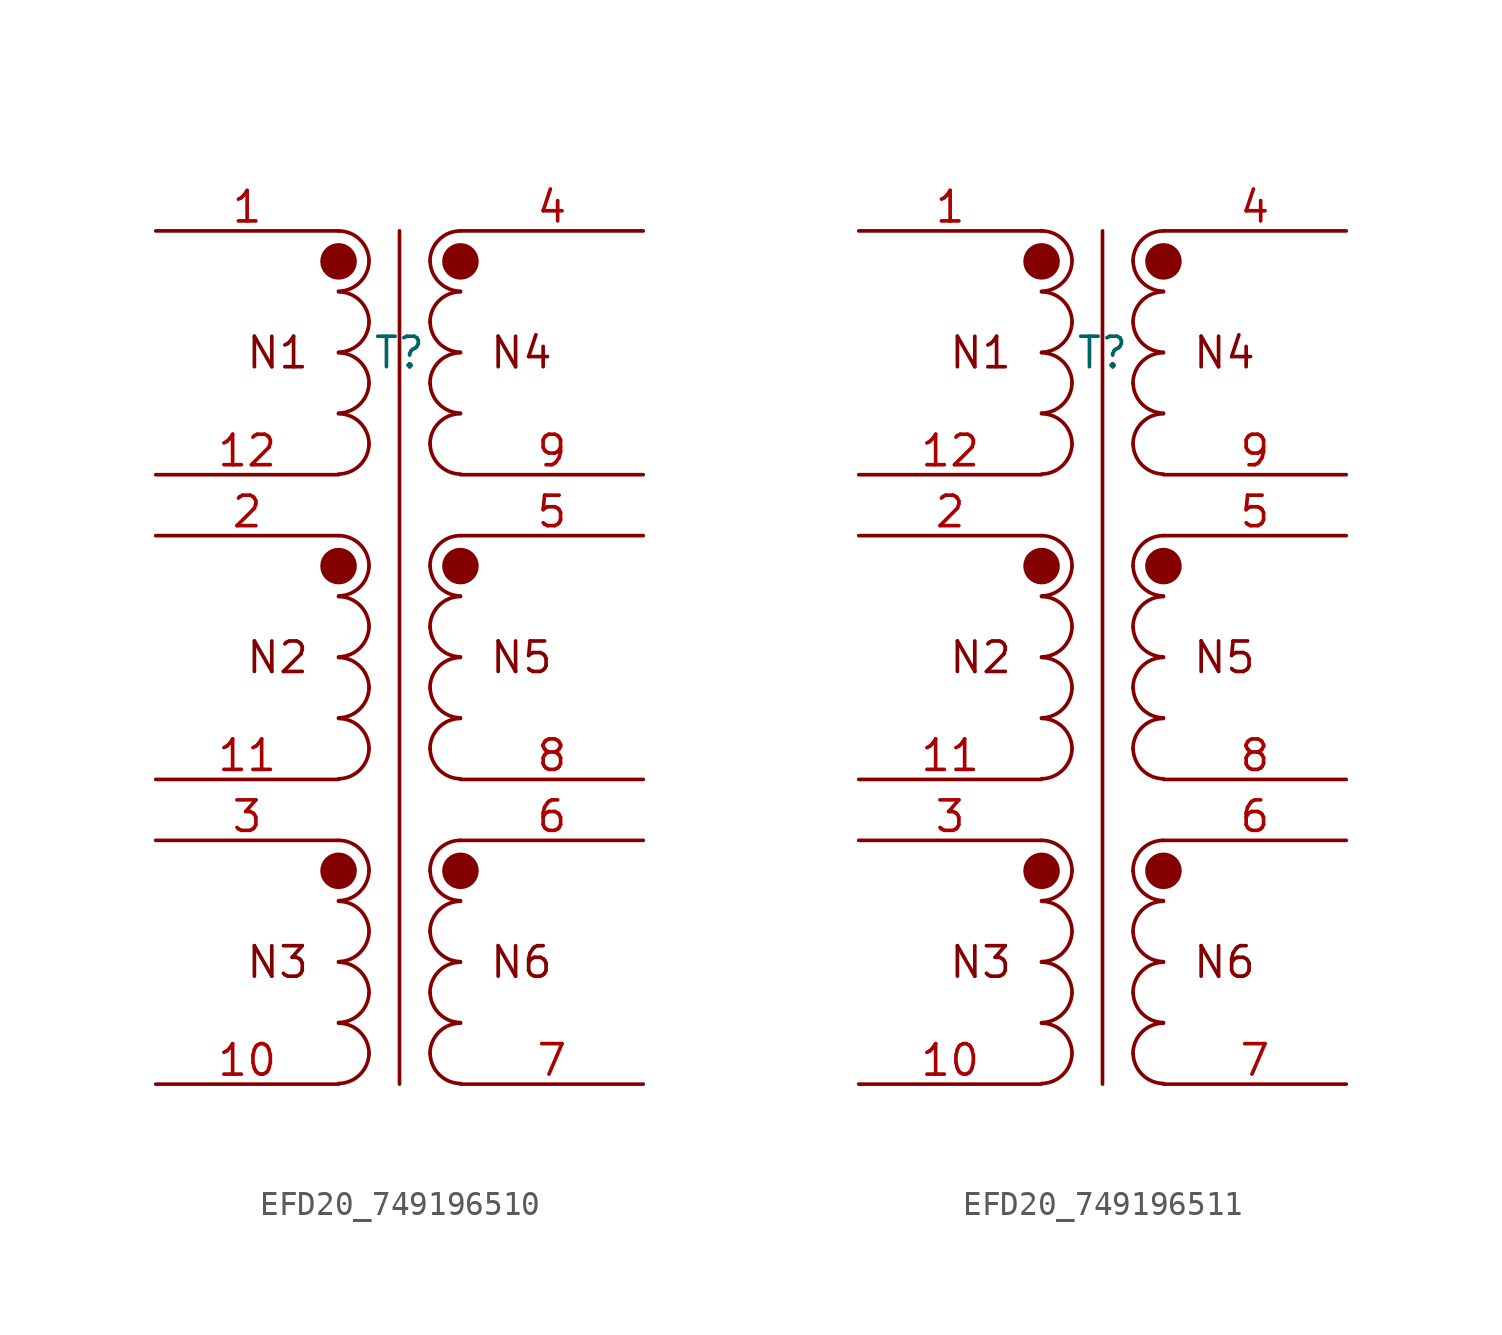
<source format=kicad_sym>
(kicad_symbol_lib
  (version 20220914)
  (generator kicad_symbol_editor)
  (symbol "EFD20_749196510"
    (pin_names hide)
    (property "Reference" "T"
      (at 0 12.7 0)
      (effects (font (size 1.27 1.27))))
    (property "Critical Parameter" ""
      (at 0 -5.08 0)
      (effects (font (size 1.27 1.27)) (justify left)))
    (symbol "EFD20_749196510_0_1"
      (arc (start -2.54 -17.7546) (mid -1.6561 -17.3863) (end -1.27 -16.51) (stroke (width 0) (type default)) (fill (type none)))
      (arc (start -2.54 -15.2146) (mid -1.6561 -14.8463) (end -1.27 -13.97) (stroke (width 0) (type default)) (fill (type none)))
      (arc (start -2.54 -12.6746) (mid -1.6561 -12.3063) (end -1.27 -11.43) (stroke (width 0) (type default)) (fill (type none)))
      (arc (start -2.54 -10.1346) (mid -1.6561 -9.7663) (end -1.27 -8.89) (stroke (width 0) (type default)) (fill (type none)))
      (arc (start -2.54 -5.0546) (mid -1.6561 -4.6863) (end -1.27 -3.81) (stroke (width 0) (type default)) (fill (type none)))
      (arc (start -2.54 -2.5146) (mid -1.6561 -2.1463) (end -1.27 -1.27) (stroke (width 0) (type default)) (fill (type none)))
      (arc (start -2.54 0.0254) (mid -1.6561 0.3937) (end -1.27 1.27) (stroke (width 0) (type default)) (fill (type none)))
      (arc (start -2.54 2.5654) (mid -1.6561 2.9337) (end -1.27 3.81) (stroke (width 0) (type default)) (fill (type none)))
      (arc (start -2.54 7.6454) (mid -1.6561 8.0137) (end -1.27 8.89) (stroke (width 0) (type default)) (fill (type none)))
      (arc (start -2.54 10.1854) (mid -1.6561 10.5537) (end -1.27 11.43) (stroke (width 0) (type default)) (fill (type none)))
      (arc (start -2.54 12.7254) (mid -1.6561 13.0937) (end -1.27 13.97) (stroke (width 0) (type default)) (fill (type none)))
      (arc (start -2.54 15.2654) (mid -1.6561 15.6337) (end -1.27 16.51) (stroke (width 0) (type default)) (fill (type none)))
      (arc (start -1.27 -16.51) (mid -1.642 -15.612) (end -2.54 -15.24) (stroke (width 0) (type default)) (fill (type none)))
      (arc (start -1.27 -13.97) (mid -1.642 -13.072) (end -2.54 -12.7) (stroke (width 0) (type default)) (fill (type none)))
      (arc (start -1.27 -11.43) (mid -1.642 -10.532) (end -2.54 -10.16) (stroke (width 0) (type default)) (fill (type none)))
      (arc (start -1.27 -8.89) (mid -1.642 -7.992) (end -2.54 -7.62) (stroke (width 0) (type default)) (fill (type none)))
      (arc (start -1.27 -3.81) (mid -1.642 -2.912) (end -2.54 -2.54) (stroke (width 0) (type default)) (fill (type none)))
      (arc (start -1.27 -1.27) (mid -1.642 -0.372) (end -2.54 0) (stroke (width 0) (type default)) (fill (type none)))
      (arc (start -1.27 1.27) (mid -1.642 2.168) (end -2.54 2.54) (stroke (width 0) (type default)) (fill (type none)))
      (arc (start -1.27 3.81) (mid -1.642 4.708) (end -2.54 5.08) (stroke (width 0) (type default)) (fill (type none)))
      (arc (start -1.27 8.89) (mid -1.642 9.788) (end -2.54 10.16) (stroke (width 0) (type default)) (fill (type none)))
      (arc (start -1.27 11.43) (mid -1.642 12.328) (end -2.54 12.7) (stroke (width 0) (type default)) (fill (type none)))
      (arc (start -1.27 13.97) (mid -1.642 14.868) (end -2.54 15.24) (stroke (width 0) (type default)) (fill (type none)))
      (arc (start -1.27 16.51) (mid -1.642 17.408) (end -2.54 17.78) (stroke (width 0) (type default)) (fill (type none)))
      (polyline (pts (xy 0 -17.78) (xy 0 17.78)) (stroke (width 0) (type default)) (fill (type none)))
      (arc (start 1.27 -16.51) (mid 1.6561 -17.3863) (end 2.54 -17.7546) (stroke (width 0) (type default)) (fill (type none)))
      (arc (start 1.27 -13.97) (mid 1.6561 -14.8463) (end 2.54 -15.2146) (stroke (width 0) (type default)) (fill (type none)))
      (arc (start 1.27 -11.43) (mid 1.6561 -12.3063) (end 2.54 -12.6746) (stroke (width 0) (type default)) (fill (type none)))
      (arc (start 1.27 -8.89) (mid 1.6561 -9.7663) (end 2.54 -10.1346) (stroke (width 0) (type default)) (fill (type none)))
      (arc (start 1.27 -3.81) (mid 1.6561 -4.6863) (end 2.54 -5.0546) (stroke (width 0) (type default)) (fill (type none)))
      (arc (start 1.27 -1.27) (mid 1.6561 -2.1463) (end 2.54 -2.5146) (stroke (width 0) (type default)) (fill (type none)))
      (arc (start 1.27 1.27) (mid 1.6561 0.3937) (end 2.54 0.0254) (stroke (width 0) (type default)) (fill (type none)))
      (arc (start 1.27 3.81) (mid 1.6561 2.9337) (end 2.54 2.5654) (stroke (width 0) (type default)) (fill (type none)))
      (arc (start 1.27 8.89) (mid 1.6561 8.0137) (end 2.54 7.6454) (stroke (width 0) (type default)) (fill (type none)))
      (arc (start 1.27 11.43) (mid 1.6561 10.5537) (end 2.54 10.1854) (stroke (width 0) (type default)) (fill (type none)))
      (arc (start 1.27 13.97) (mid 1.6561 13.0937) (end 2.54 12.7254) (stroke (width 0) (type default)) (fill (type none)))
      (arc (start 1.27 16.51) (mid 1.6561 15.6337) (end 2.54 15.2654) (stroke (width 0) (type default)) (fill (type none)))
      (arc (start 2.54 -15.24) (mid 1.642 -15.612) (end 1.27 -16.51) (stroke (width 0) (type default)) (fill (type none)))
      (arc (start 2.54 -12.7) (mid 1.642 -13.072) (end 1.27 -13.97) (stroke (width 0) (type default)) (fill (type none)))
      (arc (start 2.54 -10.16) (mid 1.642 -10.532) (end 1.27 -11.43) (stroke (width 0) (type default)) (fill (type none)))
      (arc (start 2.54 -7.62) (mid 1.642 -7.992) (end 1.27 -8.89) (stroke (width 0) (type default)) (fill (type none)))
      (arc (start 2.54 -2.54) (mid 1.642 -2.912) (end 1.27 -3.81) (stroke (width 0) (type default)) (fill (type none)))
      (arc (start 2.54 0) (mid 1.642 -0.372) (end 1.27 -1.27) (stroke (width 0) (type default)) (fill (type none)))
      (arc (start 2.54 2.54) (mid 1.642 2.168) (end 1.27 1.27) (stroke (width 0) (type default)) (fill (type none)))
      (arc (start 2.54 5.08) (mid 1.642 4.708) (end 1.27 3.81) (stroke (width 0) (type default)) (fill (type none)))
      (arc (start 2.54 10.16) (mid 1.642 9.788) (end 1.27 8.89) (stroke (width 0) (type default)) (fill (type none)))
      (arc (start 2.54 12.7) (mid 1.642 12.328) (end 1.27 11.43) (stroke (width 0) (type default)) (fill (type none)))
      (arc (start 2.54 15.24) (mid 1.642 14.868) (end 1.27 13.97) (stroke (width 0) (type default)) (fill (type none)))
      (arc (start 2.54 17.78) (mid 1.642 17.408) (end 1.27 16.51) (stroke (width 0) (type default)) (fill (type none))))
    (symbol "EFD20_749196510_1_1"
      (circle (center -2.54 -8.89) (radius 0.0001) (stroke (width 0.762) (type default)) (fill (type none)))
      (circle (center -2.54 3.81) (radius 0.0001) (stroke (width 0.762) (type default)) (fill (type none)))
      (circle (center -2.54 16.51) (radius 0.0001) (stroke (width 0.762) (type default)) (fill (type none)))
      (circle (center 2.54 -8.89) (radius 0.0001) (stroke (width 0.762) (type default)) (fill (type none)))
      (circle (center 2.54 3.81) (radius 0.0001) (stroke (width 0.762) (type default)) (fill (type none)))
      (circle (center 2.54 16.51) (radius 0.0001) (stroke (width 0.762) (type default)) (fill (type none)))
      (text "N1" (at -5.08 12.7 0) (effects (font (size 1.27 1.27))))
      (text "N2" (at -5.08 0 0) (effects (font (size 1.27 1.27))))
      (text "N3" (at -5.08 -12.7 0) (effects (font (size 1.27 1.27))))
      (text "N4" (at 5.08 12.7 0) (effects (font (size 1.27 1.27))))
      (text "N5" (at 5.08 0 0) (effects (font (size 1.27 1.27))))
      (text "N6" (at 5.08 -12.7 0) (effects (font (size 1.27 1.27))))
      (pin passive line (at -10.16 17.78 0) (length 7.62) (name "1" (effects (font (size 1.27 1.27)))) (number "1" (effects (font (size 1.27 1.27)))))
      (pin passive line (at -10.16 7.62 0) (length 7.62) (name "12" (effects (font (size 1.27 1.27)))) (number "12" (effects (font (size 1.27 1.27)))))
      (pin passive line (at -10.16 5.08 0) (length 7.62) (name "2" (effects (font (size 1.27 1.27)))) (number "2" (effects (font (size 1.27 1.27)))))
      (pin passive line (at -10.16 -5.08 0) (length 7.62) (name "11" (effects (font (size 1.27 1.27)))) (number "11" (effects (font (size 1.27 1.27)))))
      (pin passive line (at -10.16 -7.62 0) (length 7.62) (name "3" (effects (font (size 1.27 1.27)))) (number "3" (effects (font (size 1.27 1.27)))))
      (pin passive line (at -10.16 -17.78 0) (length 7.62) (name "10" (effects (font (size 1.27 1.27)))) (number "10" (effects (font (size 1.27 1.27)))))
      (pin passive line (at 10.16 -17.78 180) (length 7.62) (name "7" (effects (font (size 1.27 1.27)))) (number "7" (effects (font (size 1.27 1.27)))))
      (pin passive line (at 10.16 -7.62 180) (length 7.62) (name "6" (effects (font (size 1.27 1.27)))) (number "6" (effects (font (size 1.27 1.27)))))
      (pin passive line (at 10.16 -5.08 180) (length 7.62) (name "8" (effects (font (size 1.27 1.27)))) (number "8" (effects (font (size 1.27 1.27)))))
      (pin passive line (at 10.16 5.08 180) (length 7.62) (name "5" (effects (font (size 1.27 1.27)))) (number "5" (effects (font (size 1.27 1.27)))))
      (pin passive line (at 10.16 7.62 180) (length 7.62) (name "9" (effects (font (size 1.27 1.27)))) (number "9" (effects (font (size 1.27 1.27)))))
      (pin passive line (at 10.16 17.78 180) (length 7.62) (name "4" (effects (font (size 1.27 1.27)))) (number "4" (effects (font (size 1.27 1.27)))))))
  (symbol "EFD20_749196511"
    (pin_names hide)
    (property "Reference" "T"
      (at 0 12.7 0)
      (effects (font (size 1.27 1.27))))
    (property "Critical Parameter" ""
      (at 0 -5.08 0)
      (effects (font (size 1.27 1.27)) (justify left)))
    (symbol "EFD20_749196511_0_1"
      (arc (start -2.54 -17.7546) (mid -1.6561 -17.3863) (end -1.27 -16.51) (stroke (width 0) (type default)) (fill (type none)))
      (arc (start -2.54 -15.2146) (mid -1.6561 -14.8463) (end -1.27 -13.97) (stroke (width 0) (type default)) (fill (type none)))
      (arc (start -2.54 -12.6746) (mid -1.6561 -12.3063) (end -1.27 -11.43) (stroke (width 0) (type default)) (fill (type none)))
      (arc (start -2.54 -10.1346) (mid -1.6561 -9.7663) (end -1.27 -8.89) (stroke (width 0) (type default)) (fill (type none)))
      (arc (start -2.54 -5.0546) (mid -1.6561 -4.6863) (end -1.27 -3.81) (stroke (width 0) (type default)) (fill (type none)))
      (arc (start -2.54 -2.5146) (mid -1.6561 -2.1463) (end -1.27 -1.27) (stroke (width 0) (type default)) (fill (type none)))
      (arc (start -2.54 0.0254) (mid -1.6561 0.3937) (end -1.27 1.27) (stroke (width 0) (type default)) (fill (type none)))
      (arc (start -2.54 2.5654) (mid -1.6561 2.9337) (end -1.27 3.81) (stroke (width 0) (type default)) (fill (type none)))
      (arc (start -2.54 7.6454) (mid -1.6561 8.0137) (end -1.27 8.89) (stroke (width 0) (type default)) (fill (type none)))
      (arc (start -2.54 10.1854) (mid -1.6561 10.5537) (end -1.27 11.43) (stroke (width 0) (type default)) (fill (type none)))
      (arc (start -2.54 12.7254) (mid -1.6561 13.0937) (end -1.27 13.97) (stroke (width 0) (type default)) (fill (type none)))
      (arc (start -2.54 15.2654) (mid -1.6561 15.6337) (end -1.27 16.51) (stroke (width 0) (type default)) (fill (type none)))
      (arc (start -1.27 -16.51) (mid -1.642 -15.612) (end -2.54 -15.24) (stroke (width 0) (type default)) (fill (type none)))
      (arc (start -1.27 -13.97) (mid -1.642 -13.072) (end -2.54 -12.7) (stroke (width 0) (type default)) (fill (type none)))
      (arc (start -1.27 -11.43) (mid -1.642 -10.532) (end -2.54 -10.16) (stroke (width 0) (type default)) (fill (type none)))
      (arc (start -1.27 -8.89) (mid -1.642 -7.992) (end -2.54 -7.62) (stroke (width 0) (type default)) (fill (type none)))
      (arc (start -1.27 -3.81) (mid -1.642 -2.912) (end -2.54 -2.54) (stroke (width 0) (type default)) (fill (type none)))
      (arc (start -1.27 -1.27) (mid -1.642 -0.372) (end -2.54 0) (stroke (width 0) (type default)) (fill (type none)))
      (arc (start -1.27 1.27) (mid -1.642 2.168) (end -2.54 2.54) (stroke (width 0) (type default)) (fill (type none)))
      (arc (start -1.27 3.81) (mid -1.642 4.708) (end -2.54 5.08) (stroke (width 0) (type default)) (fill (type none)))
      (arc (start -1.27 8.89) (mid -1.642 9.788) (end -2.54 10.16) (stroke (width 0) (type default)) (fill (type none)))
      (arc (start -1.27 11.43) (mid -1.642 12.328) (end -2.54 12.7) (stroke (width 0) (type default)) (fill (type none)))
      (arc (start -1.27 13.97) (mid -1.642 14.868) (end -2.54 15.24) (stroke (width 0) (type default)) (fill (type none)))
      (arc (start -1.27 16.51) (mid -1.642 17.408) (end -2.54 17.78) (stroke (width 0) (type default)) (fill (type none)))
      (polyline (pts (xy 0 -17.78) (xy 0 17.78)) (stroke (width 0) (type default)) (fill (type none)))
      (arc (start 1.27 -16.51) (mid 1.6561 -17.3863) (end 2.54 -17.7546) (stroke (width 0) (type default)) (fill (type none)))
      (arc (start 1.27 -13.97) (mid 1.6561 -14.8463) (end 2.54 -15.2146) (stroke (width 0) (type default)) (fill (type none)))
      (arc (start 1.27 -11.43) (mid 1.6561 -12.3063) (end 2.54 -12.6746) (stroke (width 0) (type default)) (fill (type none)))
      (arc (start 1.27 -8.89) (mid 1.6561 -9.7663) (end 2.54 -10.1346) (stroke (width 0) (type default)) (fill (type none)))
      (arc (start 1.27 -3.81) (mid 1.6561 -4.6863) (end 2.54 -5.0546) (stroke (width 0) (type default)) (fill (type none)))
      (arc (start 1.27 -1.27) (mid 1.6561 -2.1463) (end 2.54 -2.5146) (stroke (width 0) (type default)) (fill (type none)))
      (arc (start 1.27 1.27) (mid 1.6561 0.3937) (end 2.54 0.0254) (stroke (width 0) (type default)) (fill (type none)))
      (arc (start 1.27 3.81) (mid 1.6561 2.9337) (end 2.54 2.5654) (stroke (width 0) (type default)) (fill (type none)))
      (arc (start 1.27 8.89) (mid 1.6561 8.0137) (end 2.54 7.6454) (stroke (width 0) (type default)) (fill (type none)))
      (arc (start 1.27 11.43) (mid 1.6561 10.5537) (end 2.54 10.1854) (stroke (width 0) (type default)) (fill (type none)))
      (arc (start 1.27 13.97) (mid 1.6561 13.0937) (end 2.54 12.7254) (stroke (width 0) (type default)) (fill (type none)))
      (arc (start 1.27 16.51) (mid 1.6561 15.6337) (end 2.54 15.2654) (stroke (width 0) (type default)) (fill (type none)))
      (arc (start 2.54 -15.24) (mid 1.642 -15.612) (end 1.27 -16.51) (stroke (width 0) (type default)) (fill (type none)))
      (arc (start 2.54 -12.7) (mid 1.642 -13.072) (end 1.27 -13.97) (stroke (width 0) (type default)) (fill (type none)))
      (arc (start 2.54 -10.16) (mid 1.642 -10.532) (end 1.27 -11.43) (stroke (width 0) (type default)) (fill (type none)))
      (arc (start 2.54 -7.62) (mid 1.642 -7.992) (end 1.27 -8.89) (stroke (width 0) (type default)) (fill (type none)))
      (arc (start 2.54 -2.54) (mid 1.642 -2.912) (end 1.27 -3.81) (stroke (width 0) (type default)) (fill (type none)))
      (arc (start 2.54 0) (mid 1.642 -0.372) (end 1.27 -1.27) (stroke (width 0) (type default)) (fill (type none)))
      (arc (start 2.54 2.54) (mid 1.642 2.168) (end 1.27 1.27) (stroke (width 0) (type default)) (fill (type none)))
      (arc (start 2.54 5.08) (mid 1.642 4.708) (end 1.27 3.81) (stroke (width 0) (type default)) (fill (type none)))
      (arc (start 2.54 10.16) (mid 1.642 9.788) (end 1.27 8.89) (stroke (width 0) (type default)) (fill (type none)))
      (arc (start 2.54 12.7) (mid 1.642 12.328) (end 1.27 11.43) (stroke (width 0) (type default)) (fill (type none)))
      (arc (start 2.54 15.24) (mid 1.642 14.868) (end 1.27 13.97) (stroke (width 0) (type default)) (fill (type none)))
      (arc (start 2.54 17.78) (mid 1.642 17.408) (end 1.27 16.51) (stroke (width 0) (type default)) (fill (type none))))
    (symbol "EFD20_749196511_1_1"
      (circle (center -2.54 -8.89) (radius 0.0001) (stroke (width 0.762) (type default)) (fill (type none)))
      (circle (center -2.54 3.81) (radius 0.0001) (stroke (width 0.762) (type default)) (fill (type none)))
      (circle (center -2.54 16.51) (radius 0.0001) (stroke (width 0.762) (type default)) (fill (type none)))
      (circle (center 2.54 -8.89) (radius 0.0001) (stroke (width 0.762) (type default)) (fill (type none)))
      (circle (center 2.54 3.81) (radius 0.0001) (stroke (width 0.762) (type default)) (fill (type none)))
      (circle (center 2.54 16.51) (radius 0.0001) (stroke (width 0.762) (type default)) (fill (type none)))
      (text "N1" (at -5.08 12.7 0) (effects (font (size 1.27 1.27))))
      (text "N2" (at -5.08 0 0) (effects (font (size 1.27 1.27))))
      (text "N3" (at -5.08 -12.7 0) (effects (font (size 1.27 1.27))))
      (text "N4" (at 5.08 12.7 0) (effects (font (size 1.27 1.27))))
      (text "N5" (at 5.08 0 0) (effects (font (size 1.27 1.27))))
      (text "N6" (at 5.08 -12.7 0) (effects (font (size 1.27 1.27))))
      (pin passive line (at -10.16 17.78 0) (length 7.62) (name "1" (effects (font (size 1.27 1.27)))) (number "1" (effects (font (size 1.27 1.27)))))
      (pin passive line (at -10.16 7.62 0) (length 7.62) (name "12" (effects (font (size 1.27 1.27)))) (number "12" (effects (font (size 1.27 1.27)))))
      (pin passive line (at -10.16 5.08 0) (length 7.62) (name "2" (effects (font (size 1.27 1.27)))) (number "2" (effects (font (size 1.27 1.27)))))
      (pin passive line (at -10.16 -5.08 0) (length 7.62) (name "11" (effects (font (size 1.27 1.27)))) (number "11" (effects (font (size 1.27 1.27)))))
      (pin passive line (at -10.16 -7.62 0) (length 7.62) (name "3" (effects (font (size 1.27 1.27)))) (number "3" (effects (font (size 1.27 1.27)))))
      (pin passive line (at -10.16 -17.78 0) (length 7.62) (name "10" (effects (font (size 1.27 1.27)))) (number "10" (effects (font (size 1.27 1.27)))))
      (pin passive line (at 10.16 -17.78 180) (length 7.62) (name "7" (effects (font (size 1.27 1.27)))) (number "7" (effects (font (size 1.27 1.27)))))
      (pin passive line (at 10.16 -7.62 180) (length 7.62) (name "6" (effects (font (size 1.27 1.27)))) (number "6" (effects (font (size 1.27 1.27)))))
      (pin passive line (at 10.16 -5.08 180) (length 7.62) (name "8" (effects (font (size 1.27 1.27)))) (number "8" (effects (font (size 1.27 1.27)))))
      (pin passive line (at 10.16 5.08 180) (length 7.62) (name "5" (effects (font (size 1.27 1.27)))) (number "5" (effects (font (size 1.27 1.27)))))
      (pin passive line (at 10.16 7.62 180) (length 7.62) (name "9" (effects (font (size 1.27 1.27)))) (number "9" (effects (font (size 1.27 1.27)))))
      (pin passive line (at 10.16 17.78 180) (length 7.62) (name "4" (effects (font (size 1.27 1.27)))) (number "4" (effects (font (size 1.27 1.27))))))))
</source>
